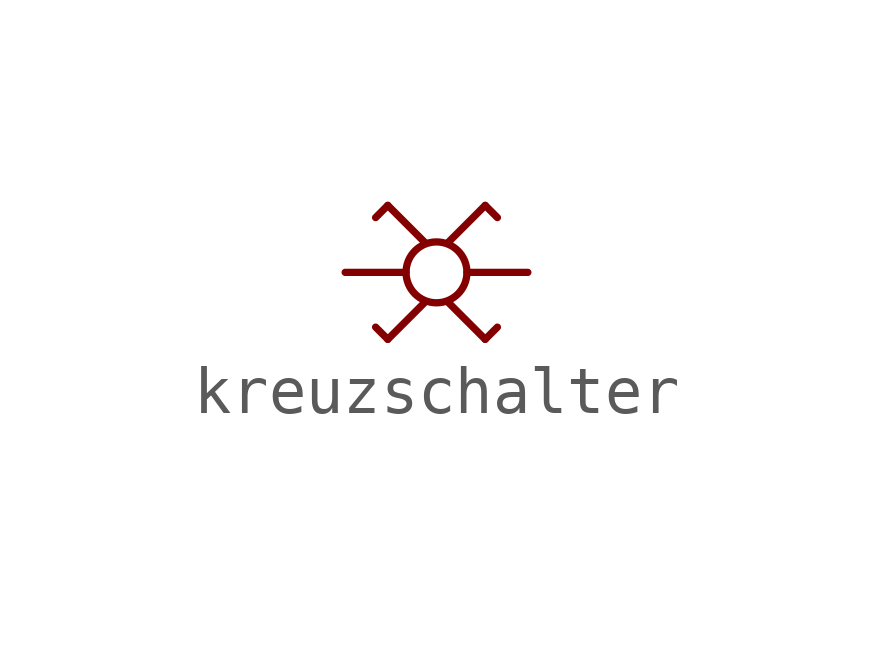
<source format=kicad_sym>
(kicad_symbol_lib
  (version 20211014)
  (generator kicad_symbol_editor)
  (symbol "kreuzschalter"
    (pin_numbers hide)
    (pin_names
      (offset 0) hide)
    (property "Reference" "U"
      (at 5.588 1.27 0)
      (effects (font (size 1.27 1.27)) hide))
    (symbol "kreuzschalter_0_0"
      (polyline (pts (xy 0.889 -1.397) (xy 0.635 -1.143)) (stroke (width 0) (type default) (color 0 0 0 0)) (fill (type none)))
      (polyline (pts (xy 0.889 1.397) (xy 0.635 1.143)) (stroke (width 0) (type default) (color 0 0 0 0)) (fill (type none)))
      (polyline (pts (xy 1.651 -0.635) (xy 0.889 -1.397)) (stroke (width 0) (type default) (color 0 0 0 0)) (fill (type none)))
      (polyline (pts (xy 1.651 0.635) (xy 0.889 1.397)) (stroke (width 0) (type default) (color 0 0 0 0)) (fill (type none)))
      (polyline (pts (xy 2.159 -0.635) (xy 2.921 -1.397)) (stroke (width 0) (type default) (color 0 0 0 0)) (fill (type none)))
      (polyline (pts (xy 2.159 0.635) (xy 2.921 1.397)) (stroke (width 0) (type default) (color 0 0 0 0)) (fill (type none)))
      (polyline (pts (xy 2.921 -1.397) (xy 3.175 -1.143)) (stroke (width 0) (type default) (color 0 0 0 0)) (fill (type none)))
      (polyline (pts (xy 2.921 1.397) (xy 3.175 1.143)) (stroke (width 0) (type default) (color 0 0 0 0)) (fill (type none)))
      (circle (center 1.905 0) (radius 0.635) (stroke (width 0) (type default) (color 0 0 0 0)) (fill (type none))))
    (symbol "kreuzschalter_1_1"
      (pin passive line (at 0 0 0) (length 1.27) (name "2" (effects (font (size 1.27 1.27)))) (number "2" (effects (font (size 1.27 1.27)))))
      (pin passive line (at 3.81 0 180) (length 1.27) (name "2" (effects (font (size 1.27 1.27)))) (number "2" (effects (font (size 1.27 1.27))))))))
</source>
